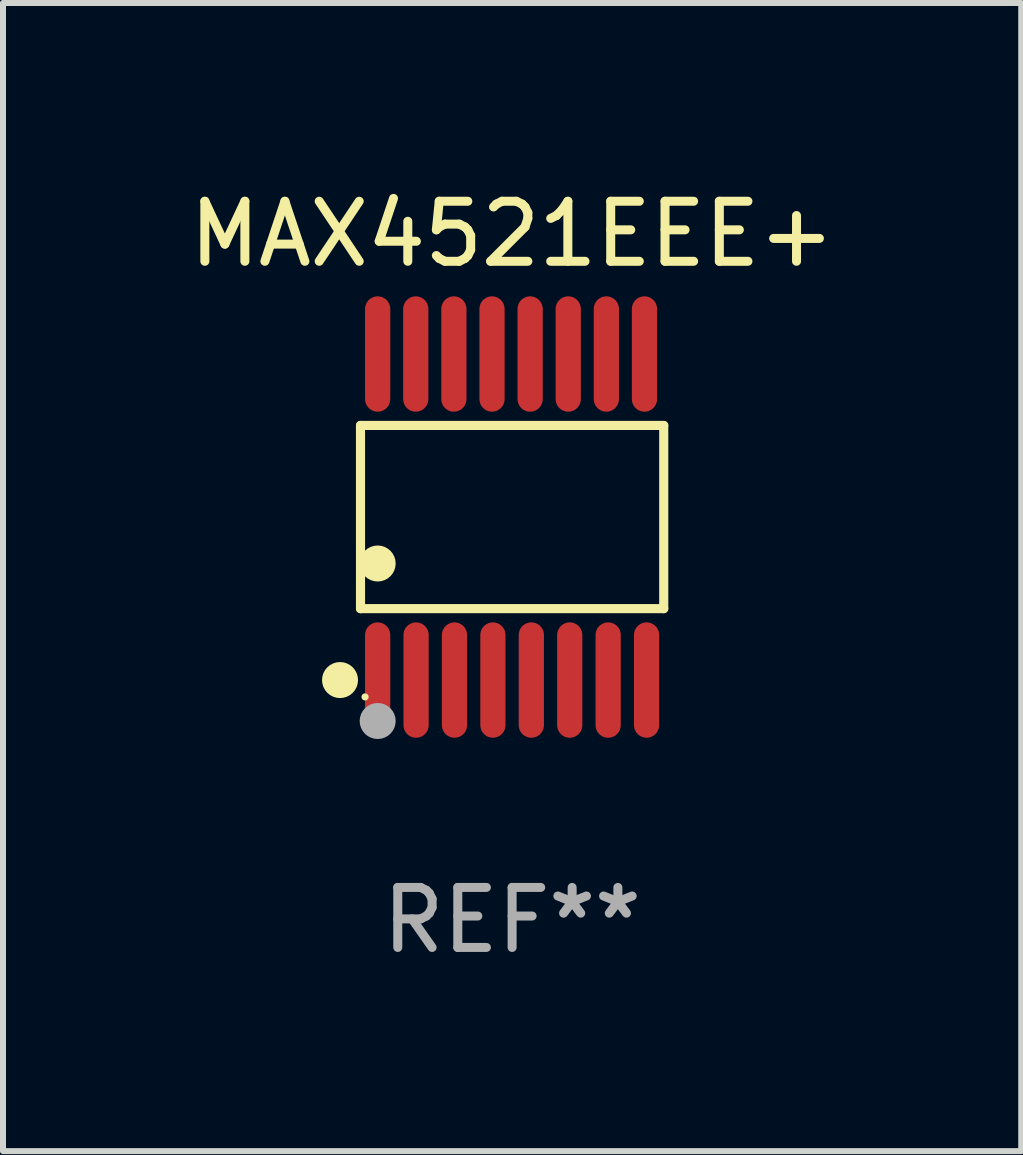
<source format=kicad_pcb>
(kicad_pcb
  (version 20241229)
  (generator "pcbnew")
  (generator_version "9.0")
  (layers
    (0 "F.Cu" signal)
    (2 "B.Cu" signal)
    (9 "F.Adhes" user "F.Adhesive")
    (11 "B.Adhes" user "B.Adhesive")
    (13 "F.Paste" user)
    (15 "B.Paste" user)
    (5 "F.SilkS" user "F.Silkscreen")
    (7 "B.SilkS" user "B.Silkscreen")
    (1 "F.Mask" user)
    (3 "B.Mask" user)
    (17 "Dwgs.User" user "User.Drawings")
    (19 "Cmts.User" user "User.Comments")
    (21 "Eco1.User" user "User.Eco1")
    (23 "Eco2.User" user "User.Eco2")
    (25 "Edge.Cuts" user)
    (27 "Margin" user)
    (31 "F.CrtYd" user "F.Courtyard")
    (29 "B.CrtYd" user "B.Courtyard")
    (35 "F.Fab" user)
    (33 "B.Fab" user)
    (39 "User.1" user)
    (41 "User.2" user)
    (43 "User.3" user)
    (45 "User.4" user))
  (footprint "MAX4521EEE+"
    (layer "F.Cu")
    (at 5.482 5.564)
    (property "Reference" "MAX4521EEE+" (at 0 -4.716 0) (layer "F.SilkS") (effects (font (size 1 1) (thickness 0.15))))
    (attr through_hole)
    (fp_line (start -2.526 -1.526) (end 2.526 -1.526) (stroke (width 0.152) (type solid)) (layer "F.SilkS"))
    (fp_line (start -2.526 1.526) (end -2.526 -1.526) (stroke (width 0.152) (type solid)) (layer "F.SilkS"))
    (fp_line (start 2.526 -1.526) (end 2.526 1.526) (stroke (width 0.152) (type solid)) (layer "F.SilkS"))
    (fp_line (start 2.526 1.526) (end -2.526 1.526) (stroke (width 0.152) (type solid)) (layer "F.SilkS"))
    (fp_circle (center -2.867 2.716) (end -2.717 2.716) (stroke (width 0.3) (type solid)) (fill no) (layer "F.SilkS"))
    (fp_circle (center -2.45 2.997) (end -2.42 2.997) (stroke (width 0.06) (type solid)) (fill no) (layer "F.SilkS"))
    (fp_circle (center -2.24 0.774) (end -2.09 0.774) (stroke (width 0.3) (type solid)) (fill no) (layer "F.SilkS"))
    (fp_circle (center -2.24 3.398) (end -2.09 3.398) (stroke (width 0.3) (type solid)) (fill no) (layer "F.Fab"))
    (fp_text user "REF**" (at 0 6.716 0) (layer "F.Fab") (effects (font (size 1 1) (thickness 0.15))))
    (pad "1" smd oval (at -2.24 2.716) (size 0.42 1.922) (layers "F.Cu" "F.Mask" "F.Paste"))
    (pad "2" smd oval (at -1.6 2.716) (size 0.42 1.922) (layers "F.Cu" "F.Mask" "F.Paste"))
    (pad "3" smd oval (at -0.96 2.716) (size 0.42 1.922) (layers "F.Cu" "F.Mask" "F.Paste"))
    (pad "4" smd oval (at -0.32 2.716) (size 0.42 1.922) (layers "F.Cu" "F.Mask" "F.Paste"))
    (pad "5" smd oval (at 0.32 2.716) (size 0.42 1.922) (layers "F.Cu" "F.Mask" "F.Paste"))
    (pad "6" smd oval (at 0.96 2.716) (size 0.42 1.922) (layers "F.Cu" "F.Mask" "F.Paste"))
    (pad "7" smd oval (at 1.6 2.716) (size 0.42 1.922) (layers "F.Cu" "F.Mask" "F.Paste"))
    (pad "8" smd oval (at 2.24 2.716) (size 0.42 1.922) (layers "F.Cu" "F.Mask" "F.Paste"))
    (pad "9" smd oval (at 2.205 -2.716) (size 0.42 1.922) (layers "F.Cu" "F.Mask" "F.Paste"))
    (pad "10" smd oval (at 1.57 -2.716) (size 0.42 1.922) (layers "F.Cu" "F.Mask" "F.Paste"))
    (pad "11" smd oval (at 0.935 -2.716) (size 0.42 1.922) (layers "F.Cu" "F.Mask" "F.Paste"))
    (pad "12" smd oval (at 0.3 -2.716) (size 0.42 1.922) (layers "F.Cu" "F.Mask" "F.Paste"))
    (pad "13" smd oval (at -0.335 -2.716) (size 0.42 1.922) (layers "F.Cu" "F.Mask" "F.Paste"))
    (pad "14" smd oval (at -0.97 -2.716) (size 0.42 1.922) (layers "F.Cu" "F.Mask" "F.Paste"))
    (pad "15" smd oval (at -1.605 -2.716) (size 0.42 1.922) (layers "F.Cu" "F.Mask" "F.Paste"))
    (pad "16" smd oval (at -2.24 -2.716) (size 0.42 1.922) (layers "F.Cu" "F.Mask" "F.Paste")))
  (gr_rect
    (start -3 -3)
    (end 13.964 16.128)
    (stroke (width 0.1) (type default))
    (fill no)
    (layer "Edge.Cuts")))
</source>
